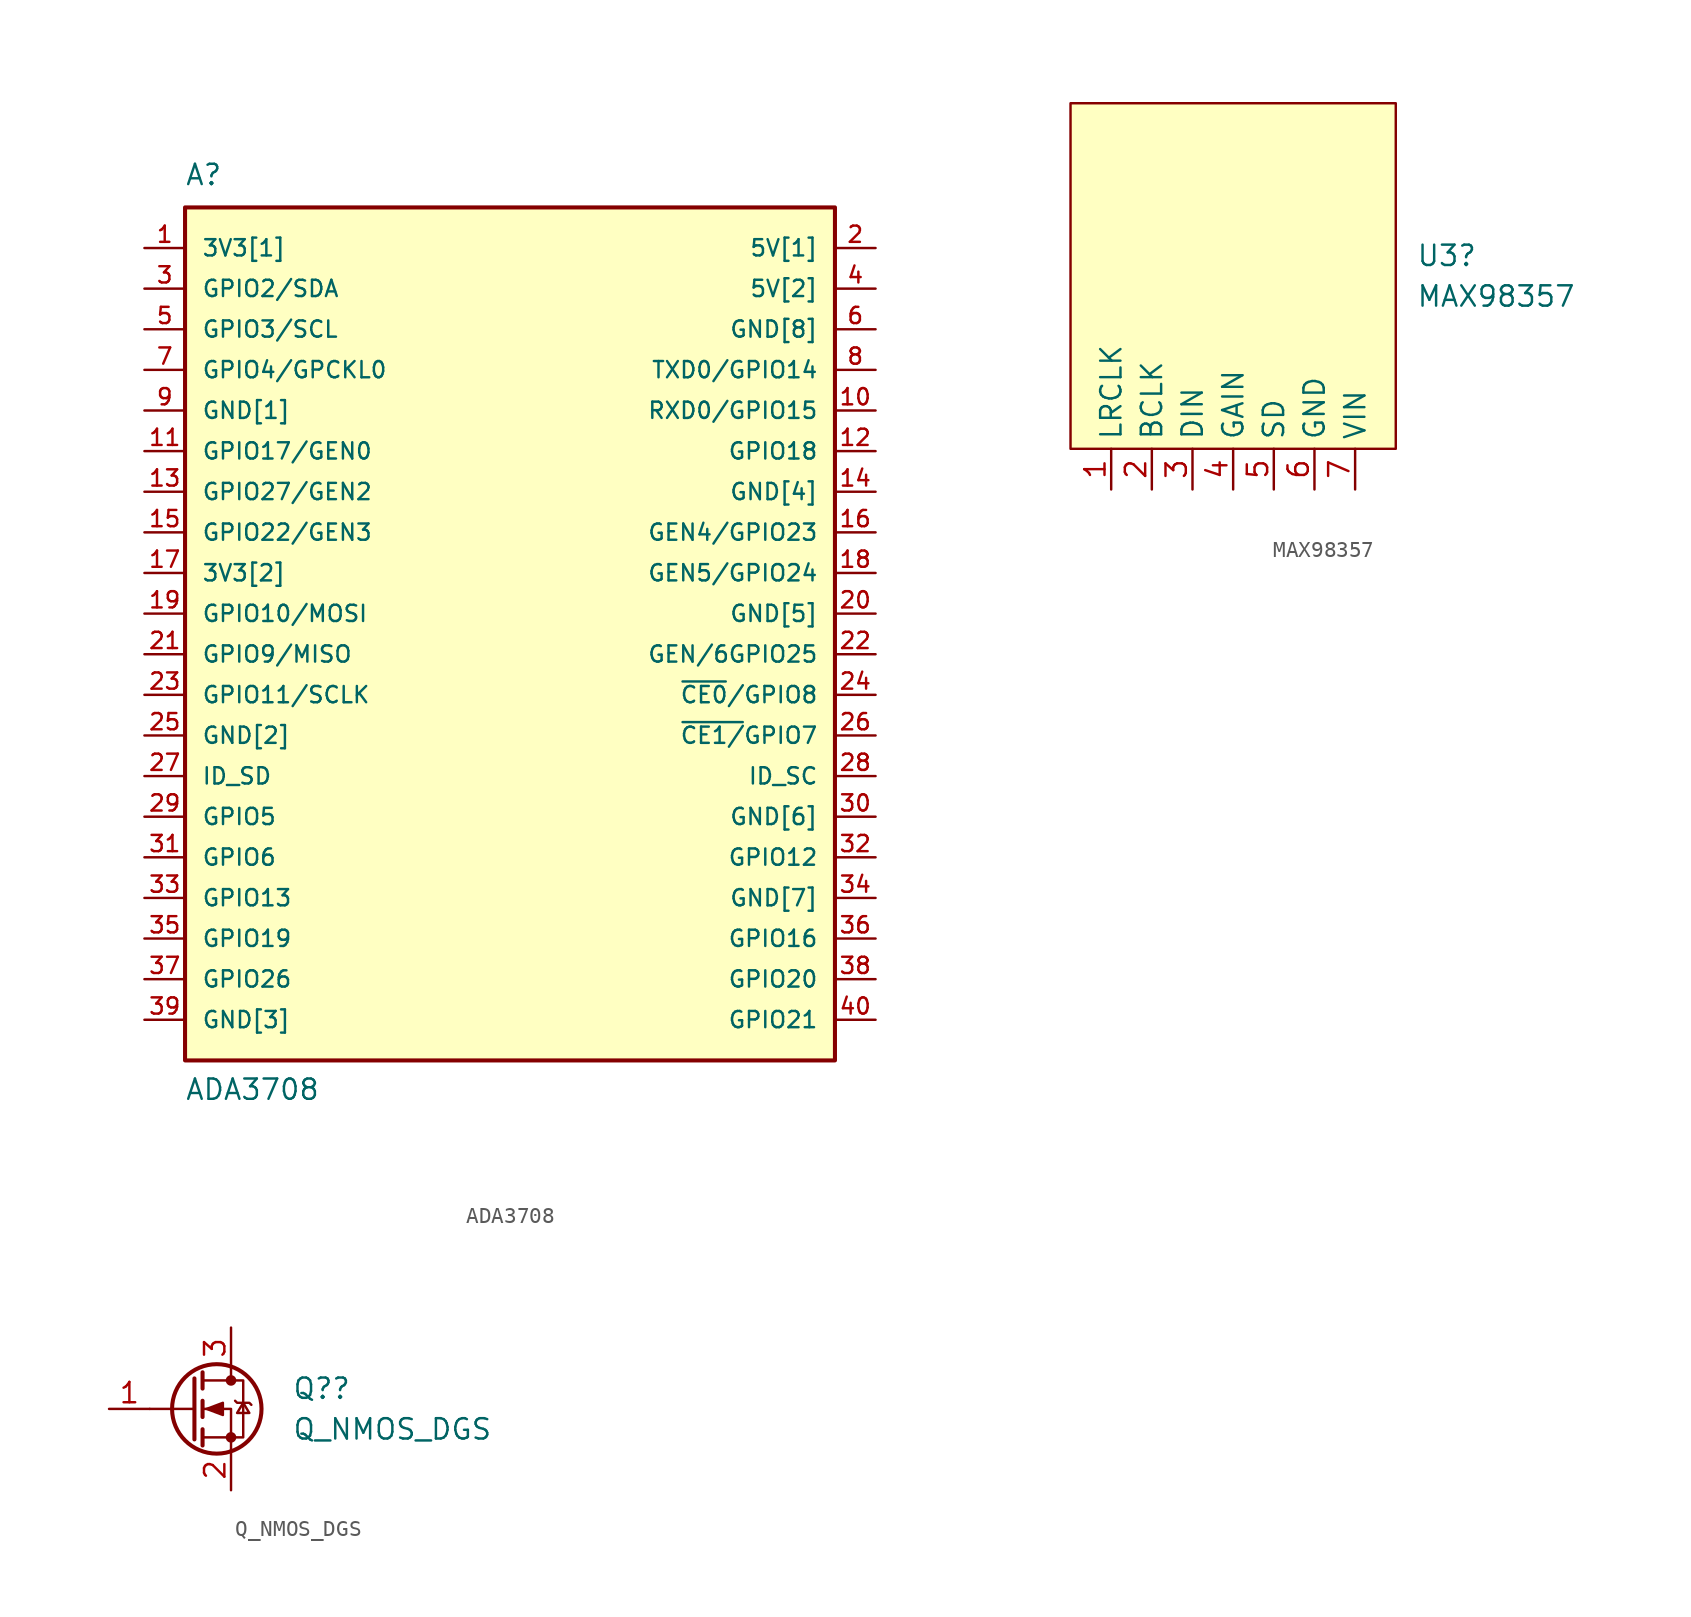
<source format=kicad_sym>
(kicad_symbol_lib
  (version 20211014)
  (generator kicad_symbol_editor)
  (symbol "ADA3708"
    (pin_names
      (offset 1.016))
    (property "Reference" "A"
      (at -20.345 26.695 0)
      (effects (font (size 1.27 1.27)) (justify left bottom)))
    (property "Value" "ADA3708"
      (at -20.345 -30.505 0)
      (effects (font (size 1.27 1.27)) (justify left bottom)))
    (property "ki_locked" ""
      (at 0 0 0)
      (effects (font (size 1.27 1.27))))
    (symbol "ADA3708_0_0"
      (rectangle (start -20.32 -27.94) (end 20.32 25.4) (stroke (width 0.254) (type default) (color 0 0 0 0)) (fill (type background)))
      (pin power_in line (at -22.86 22.86 0) (length 2.54) (name "3V3[1]" (effects (font (size 1.016 1.016)))) (number "1" (effects (font (size 1.016 1.016)))))
      (pin bidirectional line (at 22.86 12.7 180) (length 2.54) (name "RXD0/GPIO15" (effects (font (size 1.016 1.016)))) (number "10" (effects (font (size 1.016 1.016)))))
      (pin bidirectional line (at -22.86 10.16 0) (length 2.54) (name "GPIO17/GEN0" (effects (font (size 1.016 1.016)))) (number "11" (effects (font (size 1.016 1.016)))))
      (pin bidirectional line (at 22.86 10.16 180) (length 2.54) (name "GPIO18" (effects (font (size 1.016 1.016)))) (number "12" (effects (font (size 1.016 1.016)))))
      (pin bidirectional line (at -22.86 7.62 0) (length 2.54) (name "GPIO27/GEN2" (effects (font (size 1.016 1.016)))) (number "13" (effects (font (size 1.016 1.016)))))
      (pin power_in line (at 22.86 7.62 180) (length 2.54) (name "GND[4]" (effects (font (size 1.016 1.016)))) (number "14" (effects (font (size 1.016 1.016)))))
      (pin bidirectional line (at -22.86 5.08 0) (length 2.54) (name "GPIO22/GEN3" (effects (font (size 1.016 1.016)))) (number "15" (effects (font (size 1.016 1.016)))))
      (pin bidirectional line (at 22.86 5.08 180) (length 2.54) (name "GEN4/GPIO23" (effects (font (size 1.016 1.016)))) (number "16" (effects (font (size 1.016 1.016)))))
      (pin power_in line (at -22.86 2.54 0) (length 2.54) (name "3V3[2]" (effects (font (size 1.016 1.016)))) (number "17" (effects (font (size 1.016 1.016)))))
      (pin bidirectional line (at 22.86 2.54 180) (length 2.54) (name "GEN5/GPIO24" (effects (font (size 1.016 1.016)))) (number "18" (effects (font (size 1.016 1.016)))))
      (pin bidirectional line (at -22.86 0 0) (length 2.54) (name "GPIO10/MOSI" (effects (font (size 1.016 1.016)))) (number "19" (effects (font (size 1.016 1.016)))))
      (pin power_in line (at 22.86 22.86 180) (length 2.54) (name "5V[1]" (effects (font (size 1.016 1.016)))) (number "2" (effects (font (size 1.016 1.016)))))
      (pin power_in line (at 22.86 0 180) (length 2.54) (name "GND[5]" (effects (font (size 1.016 1.016)))) (number "20" (effects (font (size 1.016 1.016)))))
      (pin bidirectional line (at -22.86 -2.54 0) (length 2.54) (name "GPIO9/MISO" (effects (font (size 1.016 1.016)))) (number "21" (effects (font (size 1.016 1.016)))))
      (pin bidirectional line (at 22.86 -2.54 180) (length 2.54) (name "GEN/6GPIO25" (effects (font (size 1.016 1.016)))) (number "22" (effects (font (size 1.016 1.016)))))
      (pin bidirectional line (at -22.86 -5.08 0) (length 2.54) (name "GPIO11/SCLK" (effects (font (size 1.016 1.016)))) (number "23" (effects (font (size 1.016 1.016)))))
      (pin bidirectional line (at 22.86 -5.08 180) (length 2.54) (name "~{CE0}/GPIO8" (effects (font (size 1.016 1.016)))) (number "24" (effects (font (size 1.016 1.016)))))
      (pin power_in line (at -22.86 -7.62 0) (length 2.54) (name "GND[2]" (effects (font (size 1.016 1.016)))) (number "25" (effects (font (size 1.016 1.016)))))
      (pin bidirectional line (at 22.86 -7.62 180) (length 2.54) (name "~{CE1/}GPIO7" (effects (font (size 1.016 1.016)))) (number "26" (effects (font (size 1.016 1.016)))))
      (pin bidirectional line (at -22.86 -10.16 0) (length 2.54) (name "ID_SD" (effects (font (size 1.016 1.016)))) (number "27" (effects (font (size 1.016 1.016)))))
      (pin bidirectional line (at 22.86 -10.16 180) (length 2.54) (name "ID_SC" (effects (font (size 1.016 1.016)))) (number "28" (effects (font (size 1.016 1.016)))))
      (pin bidirectional line (at -22.86 -12.7 0) (length 2.54) (name "GPIO5" (effects (font (size 1.016 1.016)))) (number "29" (effects (font (size 1.016 1.016)))))
      (pin bidirectional line (at -22.86 20.32 0) (length 2.54) (name "GPIO2/SDA" (effects (font (size 1.016 1.016)))) (number "3" (effects (font (size 1.016 1.016)))))
      (pin power_in line (at 22.86 -12.7 180) (length 2.54) (name "GND[6]" (effects (font (size 1.016 1.016)))) (number "30" (effects (font (size 1.016 1.016)))))
      (pin bidirectional line (at -22.86 -15.24 0) (length 2.54) (name "GPIO6" (effects (font (size 1.016 1.016)))) (number "31" (effects (font (size 1.016 1.016)))))
      (pin bidirectional line (at 22.86 -15.24 180) (length 2.54) (name "GPIO12" (effects (font (size 1.016 1.016)))) (number "32" (effects (font (size 1.016 1.016)))))
      (pin bidirectional line (at -22.86 -17.78 0) (length 2.54) (name "GPIO13" (effects (font (size 1.016 1.016)))) (number "33" (effects (font (size 1.016 1.016)))))
      (pin power_in line (at 22.86 -17.78 180) (length 2.54) (name "GND[7]" (effects (font (size 1.016 1.016)))) (number "34" (effects (font (size 1.016 1.016)))))
      (pin bidirectional line (at -22.86 -20.32 0) (length 2.54) (name "GPIO19" (effects (font (size 1.016 1.016)))) (number "35" (effects (font (size 1.016 1.016)))))
      (pin bidirectional line (at 22.86 -20.32 180) (length 2.54) (name "GPIO16" (effects (font (size 1.016 1.016)))) (number "36" (effects (font (size 1.016 1.016)))))
      (pin bidirectional line (at -22.86 -22.86 0) (length 2.54) (name "GPIO26" (effects (font (size 1.016 1.016)))) (number "37" (effects (font (size 1.016 1.016)))))
      (pin bidirectional line (at 22.86 -22.86 180) (length 2.54) (name "GPIO20" (effects (font (size 1.016 1.016)))) (number "38" (effects (font (size 1.016 1.016)))))
      (pin power_in line (at -22.86 -25.4 0) (length 2.54) (name "GND[3]" (effects (font (size 1.016 1.016)))) (number "39" (effects (font (size 1.016 1.016)))))
      (pin power_in line (at 22.86 20.32 180) (length 2.54) (name "5V[2]" (effects (font (size 1.016 1.016)))) (number "4" (effects (font (size 1.016 1.016)))))
      (pin bidirectional line (at 22.86 -25.4 180) (length 2.54) (name "GPIO21" (effects (font (size 1.016 1.016)))) (number "40" (effects (font (size 1.016 1.016)))))
      (pin bidirectional line (at -22.86 17.78 0) (length 2.54) (name "GPIO3/SCL" (effects (font (size 1.016 1.016)))) (number "5" (effects (font (size 1.016 1.016)))))
      (pin power_in line (at 22.86 17.78 180) (length 2.54) (name "GND[8]" (effects (font (size 1.016 1.016)))) (number "6" (effects (font (size 1.016 1.016)))))
      (pin bidirectional line (at -22.86 15.24 0) (length 2.54) (name "GPIO4/GPCKL0" (effects (font (size 1.016 1.016)))) (number "7" (effects (font (size 1.016 1.016)))))
      (pin bidirectional line (at 22.86 15.24 180) (length 2.54) (name "TXD0/GPIO14" (effects (font (size 1.016 1.016)))) (number "8" (effects (font (size 1.016 1.016)))))
      (pin power_in line (at -22.86 12.7 0) (length 2.54) (name "GND[1]" (effects (font (size 1.016 1.016)))) (number "9" (effects (font (size 1.016 1.016)))))))
  (symbol "MAX98357"
    (property "Reference" "U3"
      (at 11.43 8.255 0)
      (effects (font (size 1.27 1.27)) (justify left)))
    (property "Value" "MAX98357"
      (at 11.43 5.715 0)
      (effects (font (size 1.27 1.27)) (justify left)))
    (symbol "MAX98357_0_1"
      (rectangle (start -10.16 17.78) (end 10.16 -3.81) (stroke (width 0) (type default) (color 0 0 0 0)) (fill (type background))))
    (symbol "MAX98357_1_1"
      (pin input line (at -7.62 -6.35 90) (length 2.54) (name "LRCLK" (effects (font (size 1.27 1.27)))) (number "1" (effects (font (size 1.27 1.27)))))
      (pin input line (at -5.08 -6.35 90) (length 2.54) (name "BCLK" (effects (font (size 1.27 1.27)))) (number "2" (effects (font (size 1.27 1.27)))))
      (pin input line (at -2.54 -6.35 90) (length 2.54) (name "DIN" (effects (font (size 1.27 1.27)))) (number "3" (effects (font (size 1.27 1.27)))))
      (pin input line (at 0 -6.35 90) (length 2.54) (name "GAIN" (effects (font (size 1.27 1.27)))) (number "4" (effects (font (size 1.27 1.27)))))
      (pin input line (at 2.54 -6.35 90) (length 2.54) (name "SD" (effects (font (size 1.27 1.27)))) (number "5" (effects (font (size 1.27 1.27)))))
      (pin power_in line (at 5.08 -6.35 90) (length 2.54) (name "GND" (effects (font (size 1.27 1.27)))) (number "6" (effects (font (size 1.27 1.27)))))
      (pin power_in line (at 7.62 -6.35 90) (length 2.54) (name "VIN" (effects (font (size 1.27 1.27)))) (number "7" (effects (font (size 1.27 1.27)))))))
  (symbol "Q_NMOS_DGS"
    (pin_names
      (offset 0) hide)
    (property "Reference" "Q?"
      (at 6.35 1.27 0)
      (effects (font (size 1.27 1.27)) (justify left)))
    (property "Value" "Q_NMOS_DGS"
      (at 6.35 -1.27 0)
      (effects (font (size 1.27 1.27)) (justify left)))
    (symbol "Q_NMOS_DGS_0_1"
      (polyline (pts (xy 0.254 0) (xy -2.54 0)) (stroke (width 0) (type default) (color 0 0 0 0)) (fill (type none)))
      (polyline (pts (xy 0.254 1.905) (xy 0.254 -1.905)) (stroke (width 0.254) (type default) (color 0 0 0 0)) (fill (type none)))
      (polyline (pts (xy 0.762 -1.27) (xy 0.762 -2.286)) (stroke (width 0.254) (type default) (color 0 0 0 0)) (fill (type none)))
      (polyline (pts (xy 0.762 0.508) (xy 0.762 -0.508)) (stroke (width 0.254) (type default) (color 0 0 0 0)) (fill (type none)))
      (polyline (pts (xy 0.762 2.286) (xy 0.762 1.27)) (stroke (width 0.254) (type default) (color 0 0 0 0)) (fill (type none)))
      (polyline (pts (xy 2.54 2.54) (xy 2.54 1.778)) (stroke (width 0) (type default) (color 0 0 0 0)) (fill (type none)))
      (polyline (pts (xy 2.54 -2.54) (xy 2.54 0) (xy 0.762 0)) (stroke (width 0) (type default) (color 0 0 0 0)) (fill (type none)))
      (polyline (pts (xy 0.762 -1.778) (xy 3.302 -1.778) (xy 3.302 1.778) (xy 0.762 1.778)) (stroke (width 0) (type default) (color 0 0 0 0)) (fill (type none)))
      (polyline (pts (xy 1.016 0) (xy 2.032 0.381) (xy 2.032 -0.381) (xy 1.016 0)) (stroke (width 0) (type default) (color 0 0 0 0)) (fill (type outline)))
      (polyline (pts (xy 2.794 0.508) (xy 2.921 0.381) (xy 3.683 0.381) (xy 3.81 0.254)) (stroke (width 0) (type default) (color 0 0 0 0)) (fill (type none)))
      (polyline (pts (xy 3.302 0.381) (xy 2.921 -0.254) (xy 3.683 -0.254) (xy 3.302 0.381)) (stroke (width 0) (type default) (color 0 0 0 0)) (fill (type none)))
      (circle (center 1.651 0) (radius 2.794) (stroke (width 0.254) (type default) (color 0 0 0 0)) (fill (type none)))
      (circle (center 2.54 -1.778) (radius 0.254) (stroke (width 0) (type default) (color 0 0 0 0)) (fill (type outline)))
      (circle (center 2.54 1.778) (radius 0.254) (stroke (width 0) (type default) (color 0 0 0 0)) (fill (type outline))))
    (symbol "Q_NMOS_DGS_1_1"
      (pin input line (at -5.08 0 0) (length 2.54) (name "G" (effects (font (size 1.27 1.27)))) (number "1" (effects (font (size 1.27 1.27)))))
      (pin passive line (at 2.54 -5.08 90) (length 2.54) (name "S" (effects (font (size 1.27 1.27)))) (number "2" (effects (font (size 1.27 1.27)))))
      (pin passive line (at 2.54 5.08 270) (length 2.54) (name "D" (effects (font (size 1.27 1.27)))) (number "3" (effects (font (size 1.27 1.27))))))))
</source>
